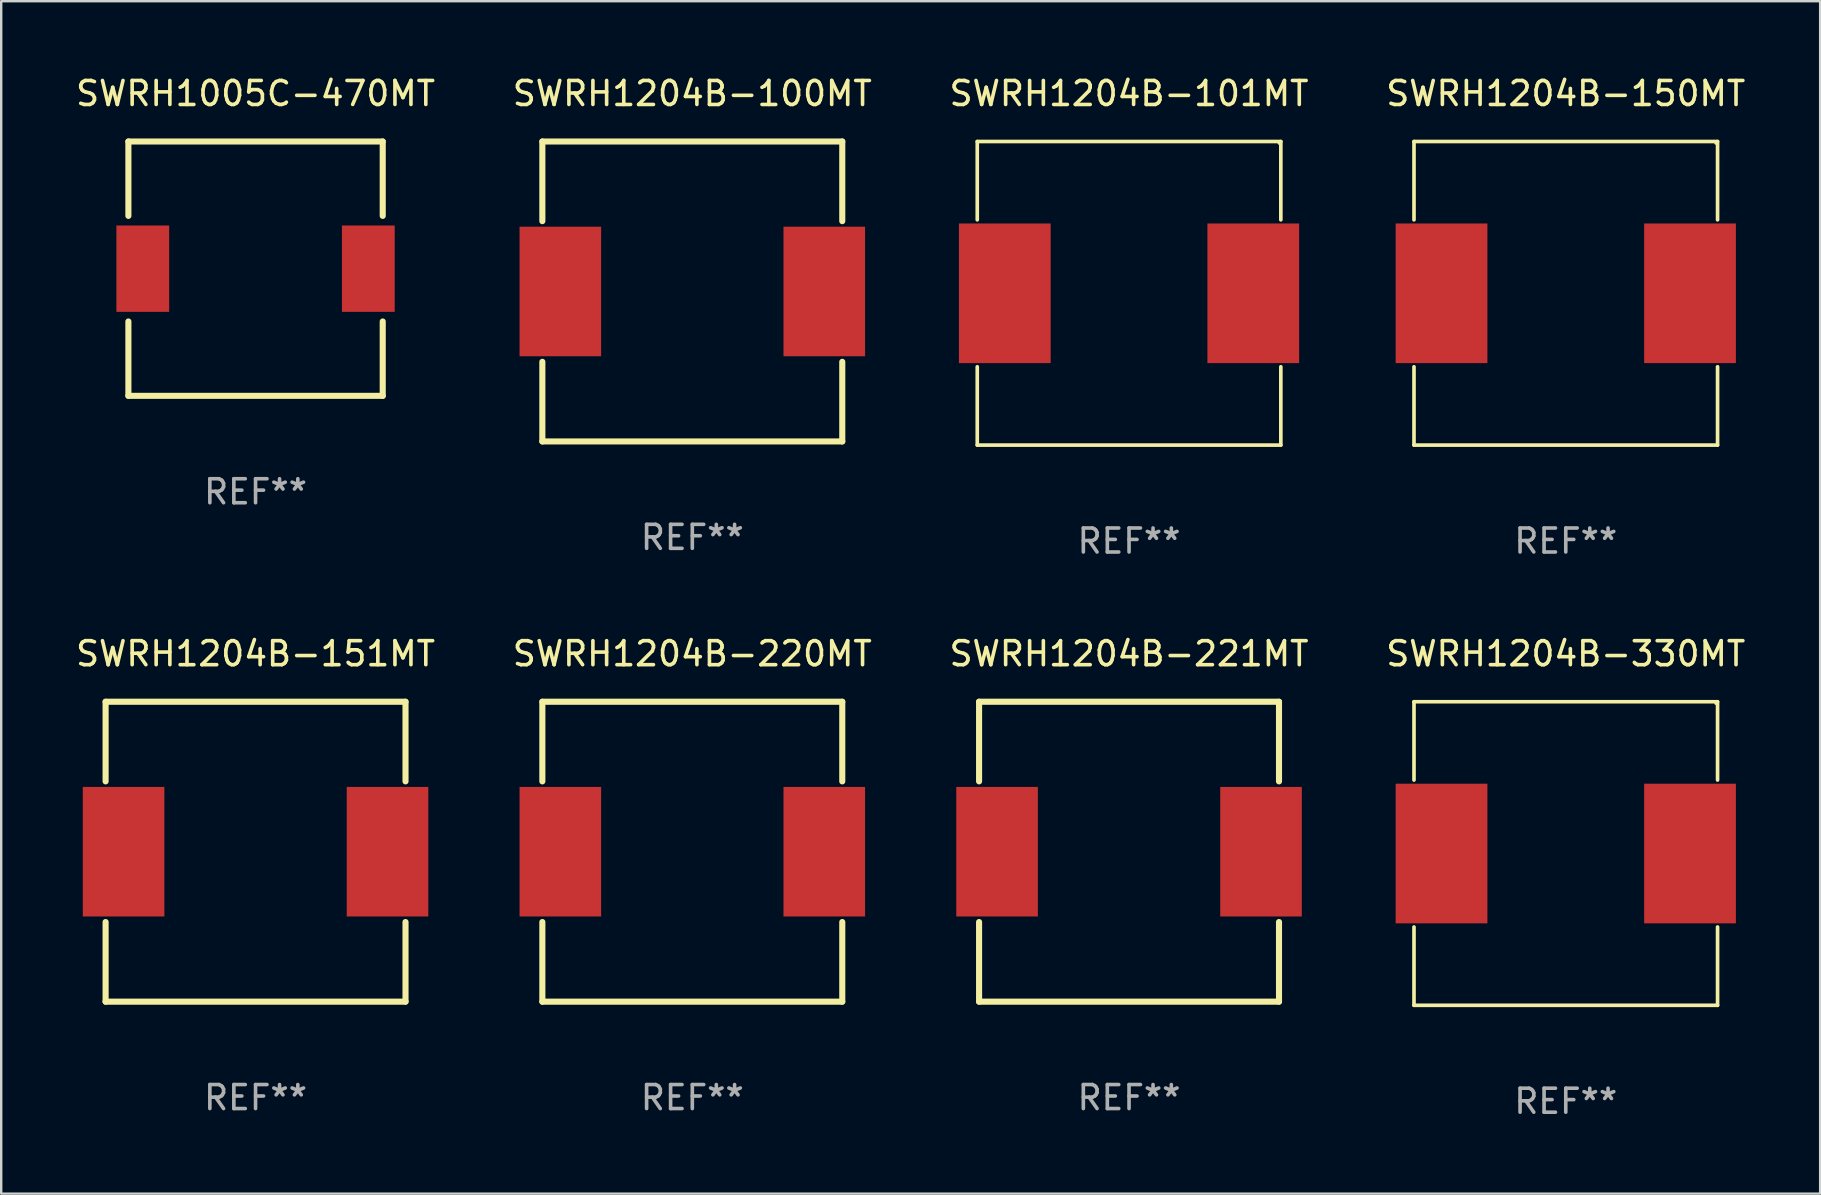
<source format=kicad_pcb>
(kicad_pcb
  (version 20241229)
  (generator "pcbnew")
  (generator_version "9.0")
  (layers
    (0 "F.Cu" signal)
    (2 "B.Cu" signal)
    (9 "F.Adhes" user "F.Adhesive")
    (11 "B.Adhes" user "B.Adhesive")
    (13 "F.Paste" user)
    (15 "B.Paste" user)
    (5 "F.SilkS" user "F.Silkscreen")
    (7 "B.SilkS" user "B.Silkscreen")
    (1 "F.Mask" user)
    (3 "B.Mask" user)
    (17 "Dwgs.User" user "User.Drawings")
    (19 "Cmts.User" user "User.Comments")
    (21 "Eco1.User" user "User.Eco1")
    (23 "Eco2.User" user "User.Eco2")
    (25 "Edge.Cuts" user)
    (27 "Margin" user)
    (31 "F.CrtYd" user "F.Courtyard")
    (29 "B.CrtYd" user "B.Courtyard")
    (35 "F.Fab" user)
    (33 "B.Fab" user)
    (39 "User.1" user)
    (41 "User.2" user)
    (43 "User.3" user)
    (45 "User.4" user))
  (footprint "SWRH1204B-101MT"
    (layer "F.Cu")
    (at 44.006 9.174)
    (property "Reference" "SWRH1204B-101MT" (at 0 -8.326 0) (layer "F.SilkS") (effects (font (size 1 1) (thickness 0.15))))
    (attr through_hole)
    (fp_line (start -6.326 -6.326) (end 6.326 -6.326) (stroke (width 0.152) (type solid)) (layer "F.SilkS"))
    (fp_line (start -6.326 -3.062) (end -6.326 -6.326) (stroke (width 0.152) (type solid)) (layer "F.SilkS"))
    (fp_line (start -6.326 3.062) (end -6.326 6.326) (stroke (width 0.152) (type solid)) (layer "F.SilkS"))
    (fp_line (start -6.326 6.326) (end 6.326 6.326) (stroke (width 0.152) (type solid)) (layer "F.SilkS"))
    (fp_line (start 6.326 -6.326) (end 6.326 -3.062) (stroke (width 0.152) (type solid)) (layer "F.SilkS"))
    (fp_line (start 6.326 6.326) (end 6.326 3.062) (stroke (width 0.152) (type solid)) (layer "F.SilkS"))
    (fp_circle (center 6.25 -6.25) (end 6.28 -6.25) (stroke (width 0.06) (type solid)) (fill no) (layer "F.SilkS"))
    (fp_text user "REF**" (at 0 10.326 0) (layer "F.Fab") (effects (font (size 1 1) (thickness 0.15))))
    (pad "1" smd rect (at 5.178 0) (size 3.824 5.82) (layers "F.Cu" "F.Mask" "F.Paste"))
    (pad "2" smd rect (at -5.178 0) (size 3.824 5.82) (layers "F.Cu" "F.Mask" "F.Paste")))
  (footprint "SWRH1204B-330MT"
    (layer "F.Cu")
    (at 62.208 32.523)
    (property "Reference" "SWRH1204B-330MT" (at 0 -8.326 0) (layer "F.SilkS") (effects (font (size 1 1) (thickness 0.15))))
    (attr through_hole)
    (fp_line (start -6.326 -6.326) (end 6.326 -6.326) (stroke (width 0.152) (type solid)) (layer "F.SilkS"))
    (fp_line (start -6.326 -3.062) (end -6.326 -6.326) (stroke (width 0.152) (type solid)) (layer "F.SilkS"))
    (fp_line (start -6.326 3.062) (end -6.326 6.326) (stroke (width 0.152) (type solid)) (layer "F.SilkS"))
    (fp_line (start -6.326 6.326) (end 6.326 6.326) (stroke (width 0.152) (type solid)) (layer "F.SilkS"))
    (fp_line (start 6.326 -6.326) (end 6.326 -3.062) (stroke (width 0.152) (type solid)) (layer "F.SilkS"))
    (fp_line (start 6.326 6.326) (end 6.326 3.062) (stroke (width 0.152) (type solid)) (layer "F.SilkS"))
    (fp_circle (center 6.25 -6.25) (end 6.28 -6.25) (stroke (width 0.06) (type solid)) (fill no) (layer "F.SilkS"))
    (fp_text user "REF**" (at 0 10.326 0) (layer "F.Fab") (effects (font (size 1 1) (thickness 0.15))))
    (pad "1" smd rect (at 5.178 0) (size 3.824 5.82) (layers "F.Cu" "F.Mask" "F.Paste"))
    (pad "2" smd rect (at -5.178 0) (size 3.824 5.82) (layers "F.Cu" "F.Mask" "F.Paste")))
  (footprint "SWRH1204B-220MT"
    (layer "F.Cu")
    (at 25.804 32.447)
    (property "Reference" "SWRH1204B-220MT" (at 0 -8.25 0) (layer "F.SilkS") (effects (font (size 1 1) (thickness 0.15))))
    (attr through_hole)
    (fp_line (start -6.25 -6.25) (end 6.25 -6.25) (stroke (width 0.254) (type solid)) (layer "F.SilkS"))
    (fp_line (start -6.25 -2.931) (end -6.25 -6.25) (stroke (width 0.254) (type solid)) (layer "F.SilkS"))
    (fp_line (start -6.25 6.25) (end -6.25 2.931) (stroke (width 0.254) (type solid)) (layer "F.SilkS"))
    (fp_line (start 6.25 -6.25) (end 6.25 -2.931) (stroke (width 0.254) (type solid)) (layer "F.SilkS"))
    (fp_line (start 6.25 2.931) (end 6.25 6.25) (stroke (width 0.254) (type solid)) (layer "F.SilkS"))
    (fp_line (start 6.25 6.25) (end -6.25 6.25) (stroke (width 0.254) (type solid)) (layer "F.SilkS"))
    (fp_circle (center -6.25 6.25) (end -6.22 6.25) (stroke (width 0.06) (type solid)) (fill no) (layer "F.SilkS"))
    (fp_text user "REF**" (at 0 10.25 0) (layer "F.Fab") (effects (font (size 1 1) (thickness 0.15))))
    (pad "1" smd rect (at -5.5 0) (size 3.4 5.4) (layers "F.Cu" "F.Mask" "F.Paste"))
    (pad "2" smd rect (at 5.5 0) (size 3.4 5.4) (layers "F.Cu" "F.Mask" "F.Paste")))
  (footprint "SWRH1204B-100MT"
    (layer "F.Cu")
    (at 25.804 9.098)
    (property "Reference" "SWRH1204B-100MT" (at 0 -8.25 0) (layer "F.SilkS") (effects (font (size 1 1) (thickness 0.15))))
    (attr through_hole)
    (fp_line (start -6.25 -6.25) (end 6.25 -6.25) (stroke (width 0.254) (type solid)) (layer "F.SilkS"))
    (fp_line (start -6.25 -2.931) (end -6.25 -6.25) (stroke (width 0.254) (type solid)) (layer "F.SilkS"))
    (fp_line (start -6.25 6.25) (end -6.25 2.931) (stroke (width 0.254) (type solid)) (layer "F.SilkS"))
    (fp_line (start 6.25 -6.25) (end 6.25 -2.931) (stroke (width 0.254) (type solid)) (layer "F.SilkS"))
    (fp_line (start 6.25 2.931) (end 6.25 6.25) (stroke (width 0.254) (type solid)) (layer "F.SilkS"))
    (fp_line (start 6.25 6.25) (end -6.25 6.25) (stroke (width 0.254) (type solid)) (layer "F.SilkS"))
    (fp_circle (center -6.25 6.25) (end -6.22 6.25) (stroke (width 0.06) (type solid)) (fill no) (layer "F.SilkS"))
    (fp_text user "REF**" (at 0 10.25 0) (layer "F.Fab") (effects (font (size 1 1) (thickness 0.15))))
    (pad "1" smd rect (at -5.5 0) (size 3.4 5.4) (layers "F.Cu" "F.Mask" "F.Paste"))
    (pad "2" smd rect (at 5.5 0) (size 3.4 5.4) (layers "F.Cu" "F.Mask" "F.Paste")))
  (footprint "SWRH1204B-221MT"
    (layer "F.Cu")
    (at 44.006 32.447)
    (property "Reference" "SWRH1204B-221MT" (at 0 -8.25 0) (layer "F.SilkS") (effects (font (size 1 1) (thickness 0.15))))
    (attr through_hole)
    (fp_line (start -6.25 -6.25) (end 6.25 -6.25) (stroke (width 0.254) (type solid)) (layer "F.SilkS"))
    (fp_line (start -6.25 -2.931) (end -6.25 -6.25) (stroke (width 0.254) (type solid)) (layer "F.SilkS"))
    (fp_line (start -6.25 6.25) (end -6.25 2.931) (stroke (width 0.254) (type solid)) (layer "F.SilkS"))
    (fp_line (start 6.25 -6.25) (end 6.25 -2.931) (stroke (width 0.254) (type solid)) (layer "F.SilkS"))
    (fp_line (start 6.25 2.931) (end 6.25 6.25) (stroke (width 0.254) (type solid)) (layer "F.SilkS"))
    (fp_line (start 6.25 6.25) (end -6.25 6.25) (stroke (width 0.254) (type solid)) (layer "F.SilkS"))
    (fp_circle (center -6.25 6.25) (end -6.22 6.25) (stroke (width 0.06) (type solid)) (fill no) (layer "F.SilkS"))
    (fp_text user "REF**" (at 0 10.25 0) (layer "F.Fab") (effects (font (size 1 1) (thickness 0.15))))
    (pad "1" smd rect (at -5.5 0) (size 3.4 5.4) (layers "F.Cu" "F.Mask" "F.Paste"))
    (pad "2" smd rect (at 5.5 0) (size 3.4 5.4) (layers "F.Cu" "F.Mask" "F.Paste")))
  (footprint "SWRH1005C-470MT"
    (layer "F.Cu")
    (at 7.601 8.148)
    (property "Reference" "SWRH1005C-470MT" (at 0 -7.3 0) (layer "F.SilkS") (effects (font (size 1 1) (thickness 0.15))))
    (attr through_hole)
    (fp_line (start -5.3 5.3) (end 5.3 5.3) (stroke (width 0.254) (type solid)) (layer "F.SilkS"))
    (fp_line (start -5.3 -5.3) (end -5.3 -2.2) (stroke (width 0.254) (type solid)) (layer "F.SilkS"))
    (fp_line (start -5.3 -5.3) (end 5.3 -5.3) (stroke (width 0.254) (type solid)) (layer "F.SilkS"))
    (fp_line (start -5.3 2.2) (end -5.3 5.3) (stroke (width 0.254) (type solid)) (layer "F.SilkS"))
    (fp_line (start 5.3 2.2) (end 5.3 5.3) (stroke (width 0.254) (type solid)) (layer "F.SilkS"))
    (fp_line (start 5.3 -5.3) (end 5.3 -2.2) (stroke (width 0.254) (type solid)) (layer "F.SilkS"))
    (fp_circle (center -5.3 5.25) (end -5.27 5.25) (stroke (width 0.06) (type solid)) (fill no) (layer "F.SilkS"))
    (fp_text user "REF**" (at 0 9.3 0) (layer "F.Fab") (effects (font (size 1 1) (thickness 0.15))))
    (pad "1" smd rect (at -4.7 0) (size 2.2 3.6) (layers "F.Cu" "F.Mask" "F.Paste"))
    (pad "2" smd rect (at 4.7 0) (size 2.2 3.6) (layers "F.Cu" "F.Mask" "F.Paste")))
  (footprint "SWRH1204B-150MT"
    (layer "F.Cu")
    (at 62.208 9.174)
    (property "Reference" "SWRH1204B-150MT" (at 0 -8.326 0) (layer "F.SilkS") (effects (font (size 1 1) (thickness 0.15))))
    (attr through_hole)
    (fp_line (start -6.326 -6.326) (end 6.326 -6.326) (stroke (width 0.152) (type solid)) (layer "F.SilkS"))
    (fp_line (start -6.326 -3.062) (end -6.326 -6.326) (stroke (width 0.152) (type solid)) (layer "F.SilkS"))
    (fp_line (start -6.326 3.062) (end -6.326 6.326) (stroke (width 0.152) (type solid)) (layer "F.SilkS"))
    (fp_line (start -6.326 6.326) (end 6.326 6.326) (stroke (width 0.152) (type solid)) (layer "F.SilkS"))
    (fp_line (start 6.326 -6.326) (end 6.326 -3.062) (stroke (width 0.152) (type solid)) (layer "F.SilkS"))
    (fp_line (start 6.326 6.326) (end 6.326 3.062) (stroke (width 0.152) (type solid)) (layer "F.SilkS"))
    (fp_circle (center 6.25 -6.25) (end 6.28 -6.25) (stroke (width 0.06) (type solid)) (fill no) (layer "F.SilkS"))
    (fp_text user "REF**" (at 0 10.326 0) (layer "F.Fab") (effects (font (size 1 1) (thickness 0.15))))
    (pad "1" smd rect (at 5.178 0) (size 3.824 5.82) (layers "F.Cu" "F.Mask" "F.Paste"))
    (pad "2" smd rect (at -5.178 0) (size 3.824 5.82) (layers "F.Cu" "F.Mask" "F.Paste")))
  (footprint "SWRH1204B-151MT"
    (layer "F.Cu")
    (at 7.601 32.447)
    (property "Reference" "SWRH1204B-151MT" (at 0 -8.25 0) (layer "F.SilkS") (effects (font (size 1 1) (thickness 0.15))))
    (attr through_hole)
    (fp_line (start -6.25 -6.25) (end 6.25 -6.25) (stroke (width 0.254) (type solid)) (layer "F.SilkS"))
    (fp_line (start -6.25 -2.931) (end -6.25 -6.25) (stroke (width 0.254) (type solid)) (layer "F.SilkS"))
    (fp_line (start -6.25 6.25) (end -6.25 2.931) (stroke (width 0.254) (type solid)) (layer "F.SilkS"))
    (fp_line (start 6.25 -6.25) (end 6.25 -2.931) (stroke (width 0.254) (type solid)) (layer "F.SilkS"))
    (fp_line (start 6.25 2.931) (end 6.25 6.25) (stroke (width 0.254) (type solid)) (layer "F.SilkS"))
    (fp_line (start 6.25 6.25) (end -6.25 6.25) (stroke (width 0.254) (type solid)) (layer "F.SilkS"))
    (fp_circle (center -6.25 6.25) (end -6.22 6.25) (stroke (width 0.06) (type solid)) (fill no) (layer "F.SilkS"))
    (fp_text user "REF**" (at 0 10.25 0) (layer "F.Fab") (effects (font (size 1 1) (thickness 0.15))))
    (pad "1" smd rect (at -5.5 0) (size 3.4 5.4) (layers "F.Cu" "F.Mask" "F.Paste"))
    (pad "2" smd rect (at 5.5 0) (size 3.4 5.4) (layers "F.Cu" "F.Mask" "F.Paste")))
  (gr_rect
    (start -3 -3)
    (end 72.81 46.698)
    (stroke (width 0.1) (type default))
    (fill no)
    (layer "Edge.Cuts")))
</source>
